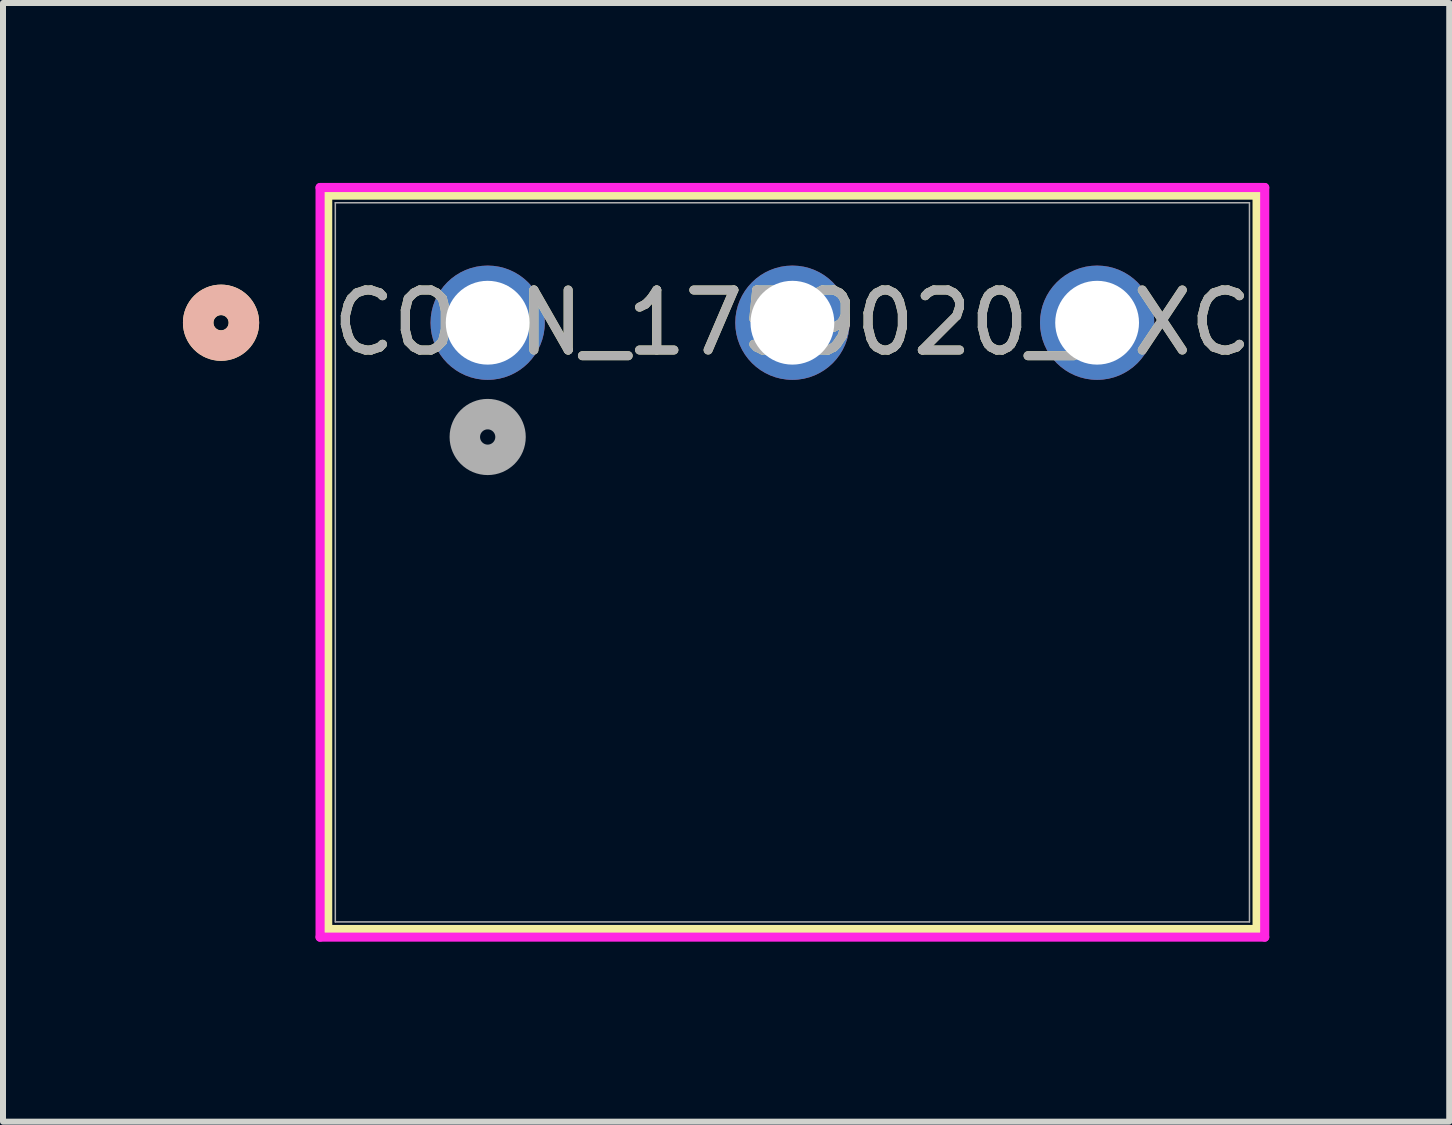
<source format=kicad_pcb>
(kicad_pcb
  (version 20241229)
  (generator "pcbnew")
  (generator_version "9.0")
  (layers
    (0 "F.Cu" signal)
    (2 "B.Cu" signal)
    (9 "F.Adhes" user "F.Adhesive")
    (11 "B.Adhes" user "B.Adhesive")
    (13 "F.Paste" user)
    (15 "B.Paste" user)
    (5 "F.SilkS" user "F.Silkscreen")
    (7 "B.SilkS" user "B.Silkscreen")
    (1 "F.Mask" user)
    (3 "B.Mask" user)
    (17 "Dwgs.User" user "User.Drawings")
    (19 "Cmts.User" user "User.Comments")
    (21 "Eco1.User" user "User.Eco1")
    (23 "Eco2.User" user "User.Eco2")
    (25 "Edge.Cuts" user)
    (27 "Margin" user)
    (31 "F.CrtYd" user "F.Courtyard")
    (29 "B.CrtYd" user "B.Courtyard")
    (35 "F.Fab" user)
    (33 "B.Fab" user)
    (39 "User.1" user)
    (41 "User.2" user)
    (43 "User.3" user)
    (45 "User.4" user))
  (footprint "CONN_1759020_PXC"
    (layer "F.Cu")
    (at 5.08 2.33)
    (property "Reference" "CONN_1759020_PXC" (at 5.08 0 0) (unlocked yes) (layer "F.SilkS") (effects (font (size 1 1) (thickness 0.15))))
    (attr through_hole)
    (fp_line (start -2.667 -2.127) (end -2.667 10.116) (stroke (width 0.152) (type solid)) (layer "F.SilkS"))
    (fp_line (start -2.667 10.116) (end 12.827 10.116) (stroke (width 0.152) (type solid)) (layer "F.SilkS"))
    (fp_line (start 12.827 -2.127) (end -2.667 -2.127) (stroke (width 0.152) (type solid)) (layer "F.SilkS"))
    (fp_line (start 12.827 10.116) (end 12.827 -2.127) (stroke (width 0.152) (type solid)) (layer "F.SilkS"))
    (fp_circle (center -4.445 0) (end -4.064 0) (stroke (width 0.508) (type solid)) (fill no) (layer "F.SilkS"))
    (fp_circle (center -4.445 0) (end -4.064 0) (stroke (width 0.508) (type solid)) (fill no) (layer "B.SilkS"))
    (fp_line (start -2.794 -2.254) (end -2.794 10.243) (stroke (width 0.152) (type solid)) (layer "F.CrtYd"))
    (fp_line (start -2.794 10.243) (end 12.954 10.243) (stroke (width 0.152) (type solid)) (layer "F.CrtYd"))
    (fp_line (start 12.954 -2.254) (end -2.794 -2.254) (stroke (width 0.152) (type solid)) (layer "F.CrtYd"))
    (fp_line (start 12.954 10.243) (end 12.954 -2.254) (stroke (width 0.152) (type solid)) (layer "F.CrtYd"))
    (fp_line (start -2.54 -2) (end -2.54 9.989) (stroke (width 0.025) (type solid)) (layer "F.Fab"))
    (fp_line (start -2.54 9.989) (end 12.7 9.989) (stroke (width 0.025) (type solid)) (layer "F.Fab"))
    (fp_line (start 12.7 -2) (end -2.54 -2) (stroke (width 0.025) (type solid)) (layer "F.Fab"))
    (fp_line (start 12.7 9.989) (end 12.7 -2) (stroke (width 0.025) (type solid)) (layer "F.Fab"))
    (fp_circle (center 0 1.905) (end 0.381 1.905) (stroke (width 0.508) (type solid)) (fill no) (layer "F.Fab"))
    (fp_text user "${REFERENCE}" (at 5.08 0 0) (unlocked yes) (layer "F.Fab") (effects (font (size 1 1) (thickness 0.15))))
    (pad "1" thru_hole circle (at 0 0) (size 1.905 1.905) (drill 1.397) (layers "*.Cu" "*.Mask"))
    (pad "2" thru_hole circle (at 5.08 0) (size 1.905 1.905) (drill 1.397) (layers "*.Cu" "*.Mask"))
    (pad "3" thru_hole circle (at 10.16 0) (size 1.905 1.905) (drill 1.397) (layers "*.Cu" "*.Mask")))
  (gr_rect
    (start -3 -3)
    (end 21.11 15.649)
    (stroke (width 0.1) (type default))
    (fill no)
    (layer "Edge.Cuts")))
</source>
